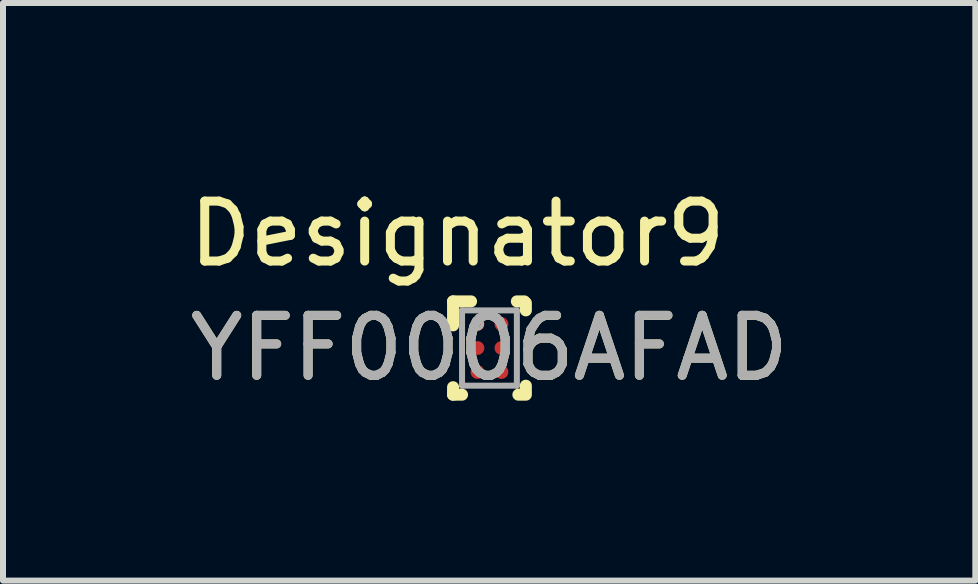
<source format=kicad_pcb>
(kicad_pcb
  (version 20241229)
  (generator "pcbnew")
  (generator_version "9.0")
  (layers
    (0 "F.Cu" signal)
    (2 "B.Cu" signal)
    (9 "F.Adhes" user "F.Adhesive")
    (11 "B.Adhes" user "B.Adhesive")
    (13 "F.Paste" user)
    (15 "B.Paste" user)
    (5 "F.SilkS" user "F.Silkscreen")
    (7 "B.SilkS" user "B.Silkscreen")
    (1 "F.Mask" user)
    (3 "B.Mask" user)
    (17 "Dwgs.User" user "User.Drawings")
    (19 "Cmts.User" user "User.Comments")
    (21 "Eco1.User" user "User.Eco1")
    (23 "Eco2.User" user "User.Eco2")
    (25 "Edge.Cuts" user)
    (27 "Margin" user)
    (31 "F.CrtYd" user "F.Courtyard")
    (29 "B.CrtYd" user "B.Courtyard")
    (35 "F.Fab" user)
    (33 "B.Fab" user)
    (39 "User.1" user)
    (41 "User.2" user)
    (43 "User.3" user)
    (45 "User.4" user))
  (footprint "YFF0006AFAD"
    (layer "F.Cu")
    (at 5.111 2.753)
    (property "Reference" "YFF0006AFAD" (at 0 0 0) (unlocked yes) (layer "F.SilkS") (effects (font (size 1 1) (thickness 0.15))))
    (attr smd)
    (fp_line (start -0.607 0.778) (end -0.607 0.653) (stroke (width 0.2) (type solid)) (layer "F.SilkS"))
    (fp_line (start -0.607 0.778) (end -0.457 0.778) (stroke (width 0.2) (type solid)) (layer "F.SilkS"))
    (fp_line (start -0.607 -0.778) (end -0.307 -0.778) (stroke (width 0.2) (type solid)) (layer "F.SilkS"))
    (fp_line (start -0.607 -0.378) (end -0.607 -0.778) (stroke (width 0.2) (type solid)) (layer "F.SilkS"))
    (fp_line (start 0.457 -0.778) (end 0.582 -0.778) (stroke (width 0.2) (type solid)) (layer "F.SilkS"))
    (fp_line (start 0.482 0.778) (end 0.607 0.778) (stroke (width 0.2) (type solid)) (layer "F.SilkS"))
    (fp_line (start 0.607 -0.628) (end 0.607 -0.753) (stroke (width 0.2) (type solid)) (layer "F.SilkS"))
    (fp_line (start 0.607 0.728) (end 0.607 0.628) (stroke (width 0.2) (type solid)) (layer "F.SilkS"))
    (fp_circle (center -0.275 -0.475) (end -0.25 -0.475) (stroke (width 0.05) (type solid)) (fill no) (layer "F.Paste"))
    (fp_circle (center -0.275 -0.325) (end -0.25 -0.325) (stroke (width 0.05) (type solid)) (fill no) (layer "F.Paste"))
    (fp_circle (center -0.275 -0.075) (end -0.25 -0.075) (stroke (width 0.05) (type solid)) (fill no) (layer "F.Paste"))
    (fp_circle (center -0.275 0.075) (end -0.25 0.075) (stroke (width 0.05) (type solid)) (fill no) (layer "F.Paste"))
    (fp_circle (center -0.275 0.325) (end -0.25 0.325) (stroke (width 0.05) (type solid)) (fill no) (layer "F.Paste"))
    (fp_circle (center -0.275 0.475) (end -0.25 0.475) (stroke (width 0.05) (type solid)) (fill no) (layer "F.Paste"))
    (fp_circle (center -0.125 -0.475) (end -0.1 -0.475) (stroke (width 0.05) (type solid)) (fill no) (layer "F.Paste"))
    (fp_circle (center -0.125 -0.325) (end -0.1 -0.325) (stroke (width 0.05) (type solid)) (fill no) (layer "F.Paste"))
    (fp_circle (center -0.125 -0.075) (end -0.1 -0.075) (stroke (width 0.05) (type solid)) (fill no) (layer "F.Paste"))
    (fp_circle (center -0.125 0.075) (end -0.1 0.075) (stroke (width 0.05) (type solid)) (fill no) (layer "F.Paste"))
    (fp_circle (center -0.125 0.325) (end -0.1 0.325) (stroke (width 0.05) (type solid)) (fill no) (layer "F.Paste"))
    (fp_circle (center -0.125 0.475) (end -0.1 0.475) (stroke (width 0.05) (type solid)) (fill no) (layer "F.Paste"))
    (fp_circle (center 0.125 -0.475) (end 0.15 -0.475) (stroke (width 0.05) (type solid)) (fill no) (layer "F.Paste"))
    (fp_circle (center 0.125 -0.325) (end 0.15 -0.325) (stroke (width 0.05) (type solid)) (fill no) (layer "F.Paste"))
    (fp_circle (center 0.125 -0.075) (end 0.15 -0.075) (stroke (width 0.05) (type solid)) (fill no) (layer "F.Paste"))
    (fp_circle (center 0.125 0.075) (end 0.15 0.075) (stroke (width 0.05) (type solid)) (fill no) (layer "F.Paste"))
    (fp_circle (center 0.125 0.325) (end 0.15 0.325) (stroke (width 0.05) (type solid)) (fill no) (layer "F.Paste"))
    (fp_circle (center 0.125 0.475) (end 0.15 0.475) (stroke (width 0.05) (type solid)) (fill no) (layer "F.Paste"))
    (fp_circle (center 0.275 -0.475) (end 0.3 -0.475) (stroke (width 0.05) (type solid)) (fill no) (layer "F.Paste"))
    (fp_circle (center 0.275 -0.325) (end 0.3 -0.325) (stroke (width 0.05) (type solid)) (fill no) (layer "F.Paste"))
    (fp_circle (center 0.275 -0.075) (end 0.3 -0.075) (stroke (width 0.05) (type solid)) (fill no) (layer "F.Paste"))
    (fp_circle (center 0.275 0.075) (end 0.3 0.075) (stroke (width 0.05) (type solid)) (fill no) (layer "F.Paste"))
    (fp_circle (center 0.275 0.325) (end 0.3 0.325) (stroke (width 0.05) (type solid)) (fill no) (layer "F.Paste"))
    (fp_circle (center 0.275 0.475) (end 0.3 0.475) (stroke (width 0.05) (type solid)) (fill no) (layer "F.Paste"))
    (fp_poly (pts (xy -0.325 -0.475) (xy -0.325 -0.325) (xy -0.275 -0.325) (xy -0.275 -0.475)) (stroke (width 0) (type solid)) (fill yes) (layer "F.Paste"))
    (fp_poly (pts (xy -0.325 -0.075) (xy -0.325 0.075) (xy -0.275 0.075) (xy -0.275 -0.075)) (stroke (width 0) (type solid)) (fill yes) (layer "F.Paste"))
    (fp_poly (pts (xy -0.325 0.325) (xy -0.325 0.475) (xy -0.275 0.475) (xy -0.275 0.325)) (stroke (width 0) (type solid)) (fill yes) (layer "F.Paste"))
    (fp_poly (pts (xy -0.275 -0.275) (xy -0.125 -0.275) (xy -0.125 -0.325) (xy -0.275 -0.325)) (stroke (width 0) (type solid)) (fill yes) (layer "F.Paste"))
    (fp_poly (pts (xy -0.275 0.125) (xy -0.125 0.125) (xy -0.125 0.075) (xy -0.275 0.075)) (stroke (width 0) (type solid)) (fill yes) (layer "F.Paste"))
    (fp_poly (pts (xy -0.275 0.525) (xy -0.125 0.525) (xy -0.125 0.475) (xy -0.275 0.475)) (stroke (width 0) (type solid)) (fill yes) (layer "F.Paste"))
    (fp_poly (pts (xy -0.125 -0.525) (xy -0.275 -0.525) (xy -0.275 -0.475) (xy -0.125 -0.475)) (stroke (width 0) (type solid)) (fill yes) (layer "F.Paste"))
    (fp_poly (pts (xy -0.125 -0.125) (xy -0.275 -0.125) (xy -0.275 -0.075) (xy -0.125 -0.075)) (stroke (width 0) (type solid)) (fill yes) (layer "F.Paste"))
    (fp_poly (pts (xy -0.125 -0.075) (xy -0.275 -0.075) (xy -0.275 0.075) (xy -0.125 0.075)) (stroke (width 0) (type solid)) (fill yes) (layer "F.Paste"))
    (fp_poly (pts (xy -0.125 0.275) (xy -0.275 0.275) (xy -0.275 0.325) (xy -0.125 0.325)) (stroke (width 0) (type solid)) (fill yes) (layer "F.Paste"))
    (fp_poly (pts (xy -0.125 0.325) (xy -0.275 0.325) (xy -0.275 0.475) (xy -0.125 0.475)) (stroke (width 0) (type solid)) (fill yes) (layer "F.Paste"))
    (fp_poly (pts (xy -0.125 -0.475) (xy -0.275 -0.475) (xy -0.275 -0.325) (xy -0.125 -0.325)) (stroke (width 0) (type solid)) (fill yes) (layer "F.Paste"))
    (fp_poly (pts (xy -0.075 -0.325) (xy -0.075 -0.475) (xy -0.125 -0.475) (xy -0.125 -0.325)) (stroke (width 0) (type solid)) (fill yes) (layer "F.Paste"))
    (fp_poly (pts (xy -0.075 0.075) (xy -0.075 -0.075) (xy -0.125 -0.075) (xy -0.125 0.075)) (stroke (width 0) (type solid)) (fill yes) (layer "F.Paste"))
    (fp_poly (pts (xy -0.075 0.475) (xy -0.075 0.325) (xy -0.125 0.325) (xy -0.125 0.475)) (stroke (width 0) (type solid)) (fill yes) (layer "F.Paste"))
    (fp_poly (pts (xy 0.075 -0.475) (xy 0.075 -0.325) (xy 0.125 -0.325) (xy 0.125 -0.475)) (stroke (width 0) (type solid)) (fill yes) (layer "F.Paste"))
    (fp_poly (pts (xy 0.075 -0.075) (xy 0.075 0.075) (xy 0.125 0.075) (xy 0.125 -0.075)) (stroke (width 0) (type solid)) (fill yes) (layer "F.Paste"))
    (fp_poly (pts (xy 0.075 0.325) (xy 0.075 0.475) (xy 0.125 0.475) (xy 0.125 0.325)) (stroke (width 0) (type solid)) (fill yes) (layer "F.Paste"))
    (fp_poly (pts (xy 0.125 -0.275) (xy 0.275 -0.275) (xy 0.275 -0.325) (xy 0.125 -0.325)) (stroke (width 0) (type solid)) (fill yes) (layer "F.Paste"))
    (fp_poly (pts (xy 0.125 0.125) (xy 0.275 0.125) (xy 0.275 0.075) (xy 0.125 0.075)) (stroke (width 0) (type solid)) (fill yes) (layer "F.Paste"))
    (fp_poly (pts (xy 0.125 0.525) (xy 0.275 0.525) (xy 0.275 0.475) (xy 0.125 0.475)) (stroke (width 0) (type solid)) (fill yes) (layer "F.Paste"))
    (fp_poly (pts (xy 0.275 -0.525) (xy 0.125 -0.525) (xy 0.125 -0.475) (xy 0.275 -0.475)) (stroke (width 0) (type solid)) (fill yes) (layer "F.Paste"))
    (fp_poly (pts (xy 0.275 -0.125) (xy 0.125 -0.125) (xy 0.125 -0.075) (xy 0.275 -0.075)) (stroke (width 0) (type solid)) (fill yes) (layer "F.Paste"))
    (fp_poly (pts (xy 0.275 0.275) (xy 0.125 0.275) (xy 0.125 0.325) (xy 0.275 0.325)) (stroke (width 0) (type solid)) (fill yes) (layer "F.Paste"))
    (fp_poly (pts (xy 0.275 -0.075) (xy 0.125 -0.075) (xy 0.125 0.075) (xy 0.275 0.075)) (stroke (width 0) (type solid)) (fill yes) (layer "F.Paste"))
    (fp_poly (pts (xy 0.275 0.325) (xy 0.125 0.325) (xy 0.125 0.475) (xy 0.275 0.475)) (stroke (width 0) (type solid)) (fill yes) (layer "F.Paste"))
    (fp_poly (pts (xy 0.275 -0.475) (xy 0.125 -0.475) (xy 0.125 -0.325) (xy 0.275 -0.325)) (stroke (width 0) (type solid)) (fill yes) (layer "F.Paste"))
    (fp_poly (pts (xy 0.325 -0.325) (xy 0.325 -0.475) (xy 0.275 -0.475) (xy 0.275 -0.325)) (stroke (width 0) (type solid)) (fill yes) (layer "F.Paste"))
    (fp_poly (pts (xy 0.325 0.075) (xy 0.325 -0.075) (xy 0.275 -0.075) (xy 0.275 0.075)) (stroke (width 0) (type solid)) (fill yes) (layer "F.Paste"))
    (fp_poly (pts (xy 0.325 0.475) (xy 0.325 0.325) (xy 0.275 0.325) (xy 0.275 0.475)) (stroke (width 0) (type solid)) (fill yes) (layer "F.Paste"))
    (fp_line (start -0.457 -0.628) (end 0.457 -0.628) (stroke (width 0.1) (type solid)) (layer "F.Fab"))
    (fp_line (start -0.457 0.628) (end -0.457 -0.628) (stroke (width 0.1) (type solid)) (layer "F.Fab"))
    (fp_line (start -0.457 0.628) (end 0.457 0.628) (stroke (width 0.1) (type solid)) (layer "F.Fab"))
    (fp_line (start 0.457 0.628) (end 0.457 -0.628) (stroke (width 0.1) (type solid)) (layer "F.Fab"))
    (fp_circle (center -0.2 -0.4) (end -0.12 -0.4) (stroke (width 0.06) (type solid)) (fill no) (layer "F.Fab"))
    (fp_text user "Designator9" (at -0.533 -1.905 0) (unlocked yes) (layer "F.SilkS") (effects (font (size 1 1) (thickness 0.15))))
    (fp_text user "${REFERENCE}" (at 0 0 0) (unlocked yes) (layer "F.Fab") (effects (font (size 1 1) (thickness 0.15))))
    (pad "A1" smd circle (at -0.2 -0.4 90) (size 0.23 0.23) (layers "F.Cu" "F.Mask"))
    (pad "A2" smd circle (at 0.2 -0.4 90) (size 0.23 0.23) (layers "F.Cu" "F.Mask"))
    (pad "B1" smd circle (at -0.2 0.000003 90) (size 0.23 0.23) (layers "F.Cu" "F.Mask"))
    (pad "B2" smd circle (at 0.2 0.000003 90) (size 0.23 0.23) (layers "F.Cu" "F.Mask"))
    (pad "C1" smd circle (at -0.2 0.4 90) (size 0.23 0.23) (layers "F.Cu" "F.Mask"))
    (pad "C2" smd circle (at 0.2 0.4 90) (size 0.23 0.23) (layers "F.Cu" "F.Mask")))
  (gr_rect
    (start -3 -3)
    (end 13.212 6.631)
    (stroke (width 0.1) (type default))
    (fill no)
    (layer "Edge.Cuts")))
</source>
